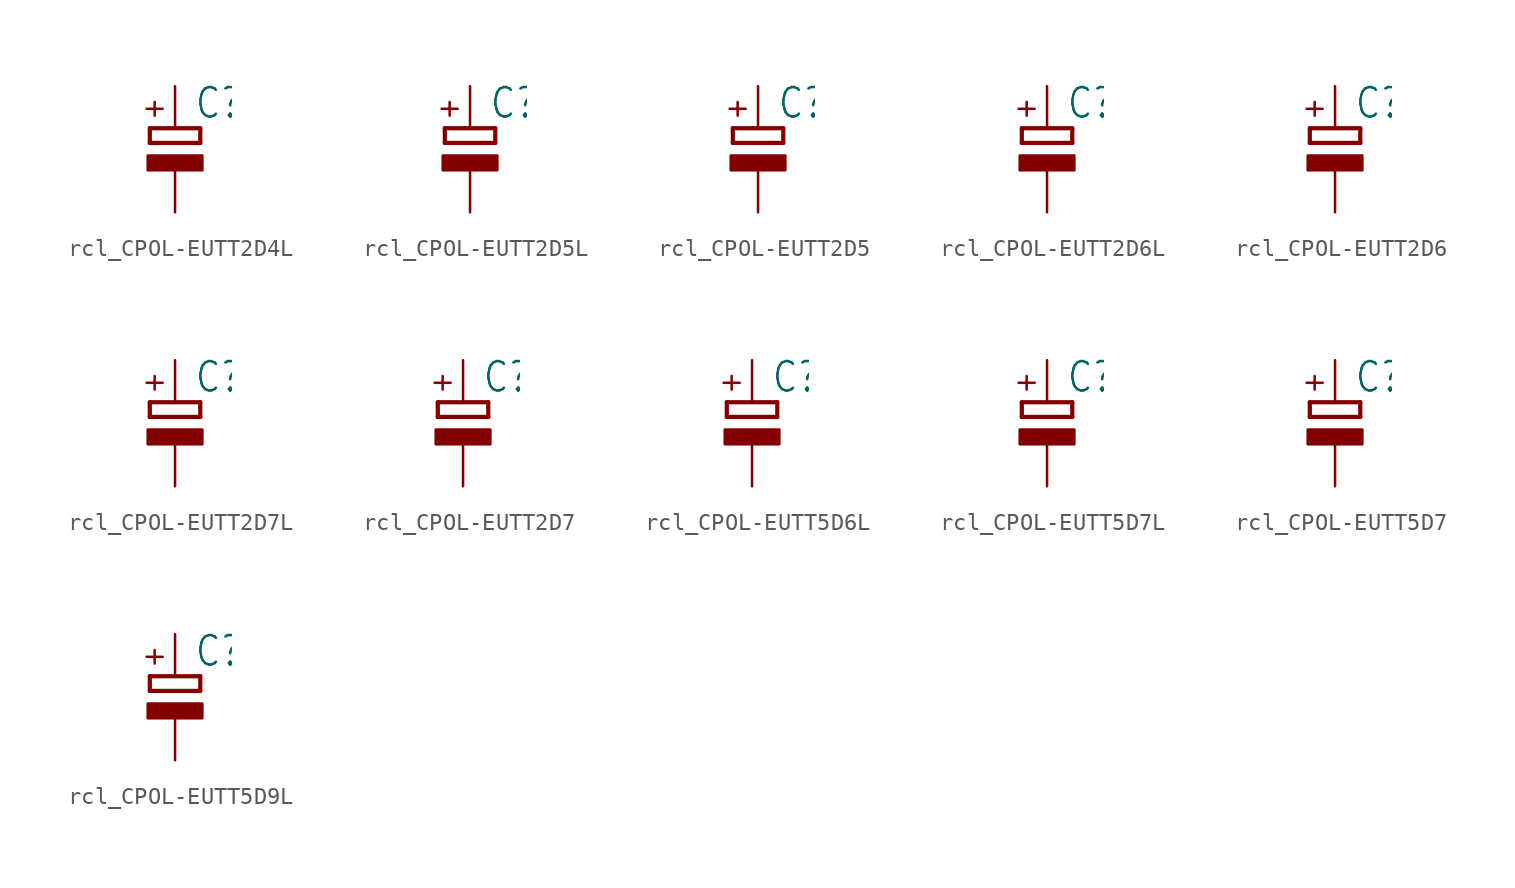
<source format=kicad_sym>
(kicad_symbol_lib
  (version 20241209)
  (generator "kicad_symbol_editor")
  (generator_version "9.0")
  (symbol "rcl_CPOL-EUTT2D4L"
    (property "Reference" "C"
      (at 1.143 0.483 0)
      (effects (font (size 1.778 1.511)) (justify left bottom)))
    (property "Value" ""
      (at 1.143 -4.597 0)
      (effects (font (size 1.778 1.511)) (justify left bottom)))
    (property "ki_locked" ""
      (at 0 0 0)
      (effects (font (size 1.27 1.27))))
    (symbol "rcl_CPOL-EUTT2D4L_1_0"
      (rectangle (start -1.651 -2.54) (end 1.651 -1.651) (stroke (width 0) (type default)) (fill (type outline)))
      (polyline (pts (xy -1.524 0) (xy -1.524 -0.889)) (stroke (width 0.254) (type solid)) (fill (type none)))
      (polyline (pts (xy -1.524 0) (xy 1.524 0)) (stroke (width 0.254) (type solid)) (fill (type none)))
      (polyline (pts (xy -1.524 -0.889) (xy 1.524 -0.889)) (stroke (width 0.254) (type solid)) (fill (type none)))
      (polyline (pts (xy 1.524 -0.889) (xy 1.524 0)) (stroke (width 0.254) (type solid)) (fill (type none)))
      (text "+" (at -0.584 0.406 900) (effects (font (size 1.27 1.079)) (justify left bottom)))
      (pin passive line (at 0 2.54 270) (length 2.54) (name "+" (effects (font (size 0 0)))) (number "+" (effects (font (size 0 0)))))
      (pin passive line (at 0 -5.08 90) (length 2.54) (name "-" (effects (font (size 0 0)))) (number "-" (effects (font (size 0 0)))))))
  (symbol "rcl_CPOL-EUTT2D5L"
    (property "Reference" "C"
      (at 1.143 0.483 0)
      (effects (font (size 1.778 1.511)) (justify left bottom)))
    (property "Value" ""
      (at 1.143 -4.597 0)
      (effects (font (size 1.778 1.511)) (justify left bottom)))
    (property "ki_locked" ""
      (at 0 0 0)
      (effects (font (size 1.27 1.27))))
    (symbol "rcl_CPOL-EUTT2D5L_1_0"
      (rectangle (start -1.651 -2.54) (end 1.651 -1.651) (stroke (width 0) (type default)) (fill (type outline)))
      (polyline (pts (xy -1.524 0) (xy -1.524 -0.889)) (stroke (width 0.254) (type solid)) (fill (type none)))
      (polyline (pts (xy -1.524 0) (xy 1.524 0)) (stroke (width 0.254) (type solid)) (fill (type none)))
      (polyline (pts (xy -1.524 -0.889) (xy 1.524 -0.889)) (stroke (width 0.254) (type solid)) (fill (type none)))
      (polyline (pts (xy 1.524 -0.889) (xy 1.524 0)) (stroke (width 0.254) (type solid)) (fill (type none)))
      (text "+" (at -0.584 0.406 900) (effects (font (size 1.27 1.079)) (justify left bottom)))
      (pin passive line (at 0 2.54 270) (length 2.54) (name "+" (effects (font (size 0 0)))) (number "+" (effects (font (size 0 0)))))
      (pin passive line (at 0 -5.08 90) (length 2.54) (name "-" (effects (font (size 0 0)))) (number "-" (effects (font (size 0 0)))))))
  (symbol "rcl_CPOL-EUTT2D5"
    (property "Reference" "C"
      (at 1.143 0.483 0)
      (effects (font (size 1.778 1.511)) (justify left bottom)))
    (property "Value" ""
      (at 1.143 -4.597 0)
      (effects (font (size 1.778 1.511)) (justify left bottom)))
    (property "ki_locked" ""
      (at 0 0 0)
      (effects (font (size 1.27 1.27))))
    (symbol "rcl_CPOL-EUTT2D5_1_0"
      (rectangle (start -1.651 -2.54) (end 1.651 -1.651) (stroke (width 0) (type default)) (fill (type outline)))
      (polyline (pts (xy -1.524 0) (xy -1.524 -0.889)) (stroke (width 0.254) (type solid)) (fill (type none)))
      (polyline (pts (xy -1.524 0) (xy 1.524 0)) (stroke (width 0.254) (type solid)) (fill (type none)))
      (polyline (pts (xy -1.524 -0.889) (xy 1.524 -0.889)) (stroke (width 0.254) (type solid)) (fill (type none)))
      (polyline (pts (xy 1.524 -0.889) (xy 1.524 0)) (stroke (width 0.254) (type solid)) (fill (type none)))
      (text "+" (at -0.584 0.406 900) (effects (font (size 1.27 1.079)) (justify left bottom)))
      (pin passive line (at 0 2.54 270) (length 2.54) (name "+" (effects (font (size 0 0)))) (number "+" (effects (font (size 0 0)))))
      (pin passive line (at 0 -5.08 90) (length 2.54) (name "-" (effects (font (size 0 0)))) (number "-" (effects (font (size 0 0)))))))
  (symbol "rcl_CPOL-EUTT2D6L"
    (property "Reference" "C"
      (at 1.143 0.483 0)
      (effects (font (size 1.778 1.511)) (justify left bottom)))
    (property "Value" ""
      (at 1.143 -4.597 0)
      (effects (font (size 1.778 1.511)) (justify left bottom)))
    (property "ki_locked" ""
      (at 0 0 0)
      (effects (font (size 1.27 1.27))))
    (symbol "rcl_CPOL-EUTT2D6L_1_0"
      (rectangle (start -1.651 -2.54) (end 1.651 -1.651) (stroke (width 0) (type default)) (fill (type outline)))
      (polyline (pts (xy -1.524 0) (xy -1.524 -0.889)) (stroke (width 0.254) (type solid)) (fill (type none)))
      (polyline (pts (xy -1.524 0) (xy 1.524 0)) (stroke (width 0.254) (type solid)) (fill (type none)))
      (polyline (pts (xy -1.524 -0.889) (xy 1.524 -0.889)) (stroke (width 0.254) (type solid)) (fill (type none)))
      (polyline (pts (xy 1.524 -0.889) (xy 1.524 0)) (stroke (width 0.254) (type solid)) (fill (type none)))
      (text "+" (at -0.584 0.406 900) (effects (font (size 1.27 1.079)) (justify left bottom)))
      (pin passive line (at 0 2.54 270) (length 2.54) (name "+" (effects (font (size 0 0)))) (number "+" (effects (font (size 0 0)))))
      (pin passive line (at 0 -5.08 90) (length 2.54) (name "-" (effects (font (size 0 0)))) (number "-" (effects (font (size 0 0)))))))
  (symbol "rcl_CPOL-EUTT2D6"
    (property "Reference" "C"
      (at 1.143 0.483 0)
      (effects (font (size 1.778 1.511)) (justify left bottom)))
    (property "Value" ""
      (at 1.143 -4.597 0)
      (effects (font (size 1.778 1.511)) (justify left bottom)))
    (property "ki_locked" ""
      (at 0 0 0)
      (effects (font (size 1.27 1.27))))
    (symbol "rcl_CPOL-EUTT2D6_1_0"
      (rectangle (start -1.651 -2.54) (end 1.651 -1.651) (stroke (width 0) (type default)) (fill (type outline)))
      (polyline (pts (xy -1.524 0) (xy -1.524 -0.889)) (stroke (width 0.254) (type solid)) (fill (type none)))
      (polyline (pts (xy -1.524 0) (xy 1.524 0)) (stroke (width 0.254) (type solid)) (fill (type none)))
      (polyline (pts (xy -1.524 -0.889) (xy 1.524 -0.889)) (stroke (width 0.254) (type solid)) (fill (type none)))
      (polyline (pts (xy 1.524 -0.889) (xy 1.524 0)) (stroke (width 0.254) (type solid)) (fill (type none)))
      (text "+" (at -0.584 0.406 900) (effects (font (size 1.27 1.079)) (justify left bottom)))
      (pin passive line (at 0 2.54 270) (length 2.54) (name "+" (effects (font (size 0 0)))) (number "+" (effects (font (size 0 0)))))
      (pin passive line (at 0 -5.08 90) (length 2.54) (name "-" (effects (font (size 0 0)))) (number "-" (effects (font (size 0 0)))))))
  (symbol "rcl_CPOL-EUTT2D7L"
    (property "Reference" "C"
      (at 1.143 0.483 0)
      (effects (font (size 1.778 1.511)) (justify left bottom)))
    (property "Value" ""
      (at 1.143 -4.597 0)
      (effects (font (size 1.778 1.511)) (justify left bottom)))
    (property "ki_locked" ""
      (at 0 0 0)
      (effects (font (size 1.27 1.27))))
    (symbol "rcl_CPOL-EUTT2D7L_1_0"
      (rectangle (start -1.651 -2.54) (end 1.651 -1.651) (stroke (width 0) (type default)) (fill (type outline)))
      (polyline (pts (xy -1.524 0) (xy -1.524 -0.889)) (stroke (width 0.254) (type solid)) (fill (type none)))
      (polyline (pts (xy -1.524 0) (xy 1.524 0)) (stroke (width 0.254) (type solid)) (fill (type none)))
      (polyline (pts (xy -1.524 -0.889) (xy 1.524 -0.889)) (stroke (width 0.254) (type solid)) (fill (type none)))
      (polyline (pts (xy 1.524 -0.889) (xy 1.524 0)) (stroke (width 0.254) (type solid)) (fill (type none)))
      (text "+" (at -0.584 0.406 900) (effects (font (size 1.27 1.079)) (justify left bottom)))
      (pin passive line (at 0 2.54 270) (length 2.54) (name "+" (effects (font (size 0 0)))) (number "+" (effects (font (size 0 0)))))
      (pin passive line (at 0 -5.08 90) (length 2.54) (name "-" (effects (font (size 0 0)))) (number "-" (effects (font (size 0 0)))))))
  (symbol "rcl_CPOL-EUTT2D7"
    (property "Reference" "C"
      (at 1.143 0.483 0)
      (effects (font (size 1.778 1.511)) (justify left bottom)))
    (property "Value" ""
      (at 1.143 -4.597 0)
      (effects (font (size 1.778 1.511)) (justify left bottom)))
    (property "ki_locked" ""
      (at 0 0 0)
      (effects (font (size 1.27 1.27))))
    (symbol "rcl_CPOL-EUTT2D7_1_0"
      (rectangle (start -1.651 -2.54) (end 1.651 -1.651) (stroke (width 0) (type default)) (fill (type outline)))
      (polyline (pts (xy -1.524 0) (xy -1.524 -0.889)) (stroke (width 0.254) (type solid)) (fill (type none)))
      (polyline (pts (xy -1.524 0) (xy 1.524 0)) (stroke (width 0.254) (type solid)) (fill (type none)))
      (polyline (pts (xy -1.524 -0.889) (xy 1.524 -0.889)) (stroke (width 0.254) (type solid)) (fill (type none)))
      (polyline (pts (xy 1.524 -0.889) (xy 1.524 0)) (stroke (width 0.254) (type solid)) (fill (type none)))
      (text "+" (at -0.584 0.406 900) (effects (font (size 1.27 1.079)) (justify left bottom)))
      (pin passive line (at 0 2.54 270) (length 2.54) (name "+" (effects (font (size 0 0)))) (number "+" (effects (font (size 0 0)))))
      (pin passive line (at 0 -5.08 90) (length 2.54) (name "-" (effects (font (size 0 0)))) (number "-" (effects (font (size 0 0)))))))
  (symbol "rcl_CPOL-EUTT5D6L"
    (property "Reference" "C"
      (at 1.143 0.483 0)
      (effects (font (size 1.778 1.511)) (justify left bottom)))
    (property "Value" ""
      (at 1.143 -4.597 0)
      (effects (font (size 1.778 1.511)) (justify left bottom)))
    (property "ki_locked" ""
      (at 0 0 0)
      (effects (font (size 1.27 1.27))))
    (symbol "rcl_CPOL-EUTT5D6L_1_0"
      (rectangle (start -1.651 -2.54) (end 1.651 -1.651) (stroke (width 0) (type default)) (fill (type outline)))
      (polyline (pts (xy -1.524 0) (xy -1.524 -0.889)) (stroke (width 0.254) (type solid)) (fill (type none)))
      (polyline (pts (xy -1.524 0) (xy 1.524 0)) (stroke (width 0.254) (type solid)) (fill (type none)))
      (polyline (pts (xy -1.524 -0.889) (xy 1.524 -0.889)) (stroke (width 0.254) (type solid)) (fill (type none)))
      (polyline (pts (xy 1.524 -0.889) (xy 1.524 0)) (stroke (width 0.254) (type solid)) (fill (type none)))
      (text "+" (at -0.584 0.406 900) (effects (font (size 1.27 1.079)) (justify left bottom)))
      (pin passive line (at 0 2.54 270) (length 2.54) (name "+" (effects (font (size 0 0)))) (number "+" (effects (font (size 0 0)))))
      (pin passive line (at 0 -5.08 90) (length 2.54) (name "-" (effects (font (size 0 0)))) (number "-" (effects (font (size 0 0)))))))
  (symbol "rcl_CPOL-EUTT5D7L"
    (property "Reference" "C"
      (at 1.143 0.483 0)
      (effects (font (size 1.778 1.511)) (justify left bottom)))
    (property "Value" ""
      (at 1.143 -4.597 0)
      (effects (font (size 1.778 1.511)) (justify left bottom)))
    (property "ki_locked" ""
      (at 0 0 0)
      (effects (font (size 1.27 1.27))))
    (symbol "rcl_CPOL-EUTT5D7L_1_0"
      (rectangle (start -1.651 -2.54) (end 1.651 -1.651) (stroke (width 0) (type default)) (fill (type outline)))
      (polyline (pts (xy -1.524 0) (xy -1.524 -0.889)) (stroke (width 0.254) (type solid)) (fill (type none)))
      (polyline (pts (xy -1.524 0) (xy 1.524 0)) (stroke (width 0.254) (type solid)) (fill (type none)))
      (polyline (pts (xy -1.524 -0.889) (xy 1.524 -0.889)) (stroke (width 0.254) (type solid)) (fill (type none)))
      (polyline (pts (xy 1.524 -0.889) (xy 1.524 0)) (stroke (width 0.254) (type solid)) (fill (type none)))
      (text "+" (at -0.584 0.406 900) (effects (font (size 1.27 1.079)) (justify left bottom)))
      (pin passive line (at 0 2.54 270) (length 2.54) (name "+" (effects (font (size 0 0)))) (number "+" (effects (font (size 0 0)))))
      (pin passive line (at 0 -5.08 90) (length 2.54) (name "-" (effects (font (size 0 0)))) (number "-" (effects (font (size 0 0)))))))
  (symbol "rcl_CPOL-EUTT5D7"
    (property "Reference" "C"
      (at 1.143 0.483 0)
      (effects (font (size 1.778 1.511)) (justify left bottom)))
    (property "Value" ""
      (at 1.143 -4.597 0)
      (effects (font (size 1.778 1.511)) (justify left bottom)))
    (property "ki_locked" ""
      (at 0 0 0)
      (effects (font (size 1.27 1.27))))
    (symbol "rcl_CPOL-EUTT5D7_1_0"
      (rectangle (start -1.651 -2.54) (end 1.651 -1.651) (stroke (width 0) (type default)) (fill (type outline)))
      (polyline (pts (xy -1.524 0) (xy -1.524 -0.889)) (stroke (width 0.254) (type solid)) (fill (type none)))
      (polyline (pts (xy -1.524 0) (xy 1.524 0)) (stroke (width 0.254) (type solid)) (fill (type none)))
      (polyline (pts (xy -1.524 -0.889) (xy 1.524 -0.889)) (stroke (width 0.254) (type solid)) (fill (type none)))
      (polyline (pts (xy 1.524 -0.889) (xy 1.524 0)) (stroke (width 0.254) (type solid)) (fill (type none)))
      (text "+" (at -0.584 0.406 900) (effects (font (size 1.27 1.079)) (justify left bottom)))
      (pin passive line (at 0 2.54 270) (length 2.54) (name "+" (effects (font (size 0 0)))) (number "+" (effects (font (size 0 0)))))
      (pin passive line (at 0 -5.08 90) (length 2.54) (name "-" (effects (font (size 0 0)))) (number "-" (effects (font (size 0 0)))))))
  (symbol "rcl_CPOL-EUTT5D9L"
    (property "Reference" "C"
      (at 1.143 0.483 0)
      (effects (font (size 1.778 1.511)) (justify left bottom)))
    (property "Value" ""
      (at 1.143 -4.597 0)
      (effects (font (size 1.778 1.511)) (justify left bottom)))
    (property "ki_locked" ""
      (at 0 0 0)
      (effects (font (size 1.27 1.27))))
    (symbol "rcl_CPOL-EUTT5D9L_1_0"
      (rectangle (start -1.651 -2.54) (end 1.651 -1.651) (stroke (width 0) (type default)) (fill (type outline)))
      (polyline (pts (xy -1.524 0) (xy -1.524 -0.889)) (stroke (width 0.254) (type solid)) (fill (type none)))
      (polyline (pts (xy -1.524 0) (xy 1.524 0)) (stroke (width 0.254) (type solid)) (fill (type none)))
      (polyline (pts (xy -1.524 -0.889) (xy 1.524 -0.889)) (stroke (width 0.254) (type solid)) (fill (type none)))
      (polyline (pts (xy 1.524 -0.889) (xy 1.524 0)) (stroke (width 0.254) (type solid)) (fill (type none)))
      (text "+" (at -0.584 0.406 900) (effects (font (size 1.27 1.079)) (justify left bottom)))
      (pin passive line (at 0 2.54 270) (length 2.54) (name "+" (effects (font (size 0 0)))) (number "+" (effects (font (size 0 0)))))
      (pin passive line (at 0 -5.08 90) (length 2.54) (name "-" (effects (font (size 0 0)))) (number "-" (effects (font (size 0 0))))))))
</source>
